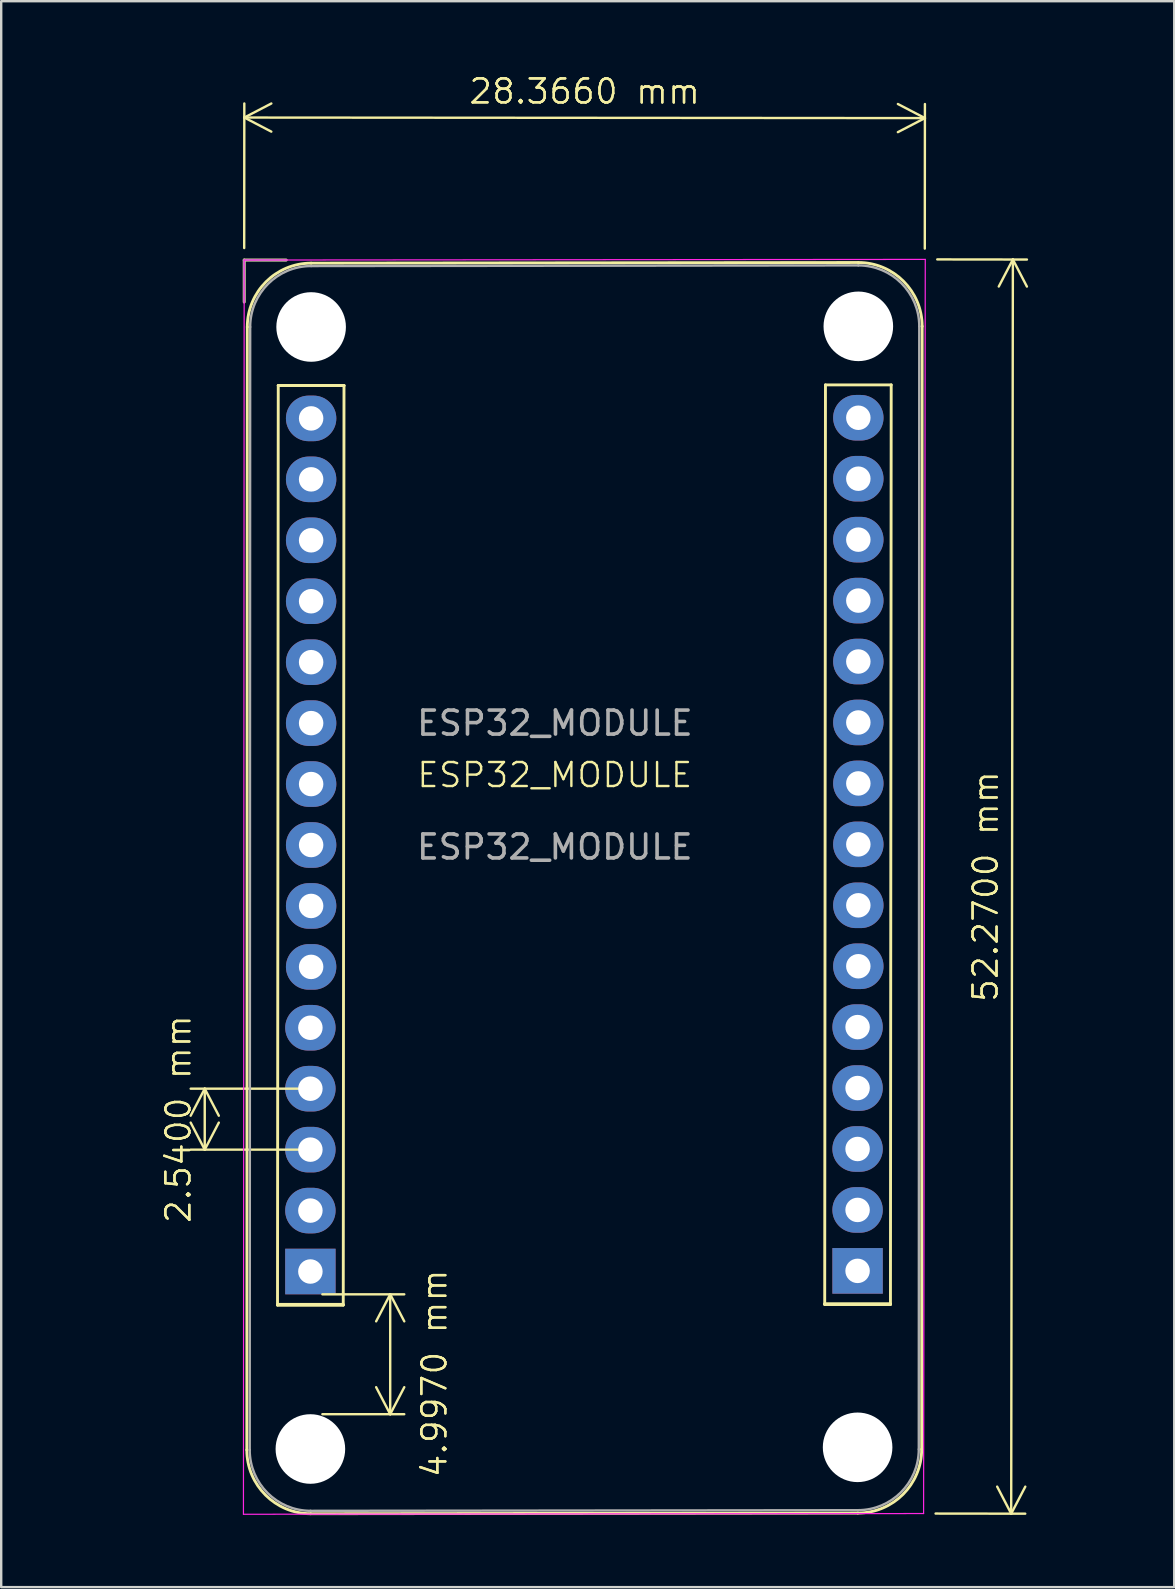
<source format=kicad_pcb>
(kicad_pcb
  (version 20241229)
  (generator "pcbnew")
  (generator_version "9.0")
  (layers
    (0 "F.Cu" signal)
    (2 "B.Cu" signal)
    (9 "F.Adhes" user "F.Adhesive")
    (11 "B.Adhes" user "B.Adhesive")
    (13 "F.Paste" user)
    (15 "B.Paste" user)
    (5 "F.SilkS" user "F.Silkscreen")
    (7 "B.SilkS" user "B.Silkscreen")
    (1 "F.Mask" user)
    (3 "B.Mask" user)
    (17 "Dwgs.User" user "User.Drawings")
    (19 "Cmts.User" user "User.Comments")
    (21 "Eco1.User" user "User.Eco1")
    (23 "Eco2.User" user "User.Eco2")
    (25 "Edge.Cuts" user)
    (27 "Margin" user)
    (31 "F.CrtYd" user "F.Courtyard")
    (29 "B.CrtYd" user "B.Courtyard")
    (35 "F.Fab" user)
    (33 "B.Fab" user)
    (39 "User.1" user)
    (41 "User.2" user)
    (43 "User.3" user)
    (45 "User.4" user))
  (footprint "ESP32_MODULE"
    (layer "F.Cu")
    (at 20.073 29.751)
    (property "Reference" "ESP32_MODULE" (at 0 -0.5 0) (unlocked yes) (layer "F.SilkS") (effects (font (size 1 1) (thickness 0.1))))
    (attr through_hole)
    (fp_line (start -12.946 -21.963) (end -11.196 -21.963) (stroke (width 0.12) (type solid)) (layer "F.SilkS"))
    (fp_line (start -12.946 -20.213) (end -12.946 -21.963) (stroke (width 0.12) (type solid)) (layer "F.SilkS"))
    (fp_line (start -12.816 -19.173) (end -12.836 27.627) (stroke (width 0.12) (type solid)) (layer "F.SilkS"))
    (fp_line (start -11.557 21.563) (end -8.817 21.563) (stroke (width 0.12) (type solid)) (layer "F.SilkS"))
    (fp_line (start -11.557 21.59) (end -8.817 21.59) (stroke (width 0.12) (type solid)) (layer "F.SilkS"))
    (fp_line (start -11.557 21.59) (end -8.817 21.59) (stroke (width 0.12) (type solid)) (layer "F.SilkS"))
    (fp_line (start -11.526 -16.733) (end -11.557 21.59) (stroke (width 0.12) (type solid)) (layer "F.SilkS"))
    (fp_line (start -10.156 -21.833) (end 12.65 -21.86) (stroke (width 0.12) (type solid)) (layer "F.SilkS"))
    (fp_line (start -8.817 21.59) (end -8.786 -16.733) (stroke (width 0.12) (type solid)) (layer "F.SilkS"))
    (fp_line (start -8.786 -16.733) (end -11.526 -16.733) (stroke (width 0.12) (type solid)) (layer "F.SilkS"))
    (fp_line (start -8.786 -16.733) (end -11.526 -16.733) (stroke (width 0.12) (type solid)) (layer "F.SilkS"))
    (fp_line (start 11.249 21.536) (end 13.989 21.536) (stroke (width 0.12) (type solid)) (layer "F.SilkS"))
    (fp_line (start 11.249 21.563) (end 13.989 21.563) (stroke (width 0.12) (type solid)) (layer "F.SilkS"))
    (fp_line (start 11.249 21.563) (end 13.989 21.563) (stroke (width 0.12) (type solid)) (layer "F.SilkS"))
    (fp_line (start 11.28 -16.76) (end 11.249 21.563) (stroke (width 0.12) (type solid)) (layer "F.SilkS"))
    (fp_line (start 12.63 30.26) (end -10.176 30.287) (stroke (width 0.12) (type solid)) (layer "F.SilkS"))
    (fp_line (start 13.989 21.563) (end 14.02 -16.76) (stroke (width 0.12) (type solid)) (layer "F.SilkS"))
    (fp_line (start 14.02 -16.76) (end 11.28 -16.76) (stroke (width 0.12) (type solid)) (layer "F.SilkS"))
    (fp_line (start 15.31 -19.2) (end 15.29 27.6) (stroke (width 0.12) (type solid)) (layer "F.SilkS"))
    (fp_arc (start -12.816 -19.173) (mid -12.036904 -21.053904) (end -10.156 -21.833) (stroke (width 0.12) (type solid)) (layer "F.SilkS"))
    (fp_arc (start -10.176 30.287) (mid -12.056904 29.507904) (end -12.836 27.627) (stroke (width 0.12) (type solid)) (layer "F.SilkS"))
    (fp_arc (start 12.65 -21.86) (mid 14.530904 -21.080904) (end 15.31 -19.2) (stroke (width 0.12) (type solid)) (layer "F.SilkS"))
    (fp_arc (start 15.29 27.6) (mid 14.510904 29.480904) (end 12.63 30.26) (stroke (width 0.12) (type solid)) (layer "F.SilkS"))
    (fp_line (start -12.977 30.31) (end 15.37 30.28) (stroke (width 0.05) (type solid)) (layer "F.CrtYd"))
    (fp_line (start -12.946 -21.963) (end -12.977 30.31) (stroke (width 0.05) (type solid)) (layer "F.CrtYd"))
    (fp_line (start 15.37 30.28) (end 15.44 -21.99) (stroke (width 0.05) (type solid)) (layer "F.CrtYd"))
    (fp_line (start 15.44 -21.99) (end -12.946 -21.963) (stroke (width 0.05) (type solid)) (layer "F.CrtYd"))
    (fp_line (start -12.946 -21.963) (end -11.196 -21.963) (stroke (width 0.1) (type solid)) (layer "F.Fab"))
    (fp_line (start -12.946 -20.213) (end -12.946 -21.963) (stroke (width 0.1) (type solid)) (layer "F.Fab"))
    (fp_line (start -12.696 -19.173) (end -12.716 27.627) (stroke (width 0.1) (type solid)) (layer "F.Fab"))
    (fp_line (start -10.156 -21.713) (end 12.65 -21.74) (stroke (width 0.1) (type solid)) (layer "F.Fab"))
    (fp_line (start 12.63 30.14) (end -10.176 30.167) (stroke (width 0.1) (type solid)) (layer "F.Fab"))
    (fp_line (start 15.19 -19.2) (end 15.17 27.6) (stroke (width 0.1) (type solid)) (layer "F.Fab"))
    (fp_arc (start -12.696 -19.173) (mid -11.952051 -20.969051) (end -10.156 -21.713) (stroke (width 0.1) (type solid)) (layer "F.Fab"))
    (fp_arc (start -10.176 30.167) (mid -11.972051 29.423051) (end -12.716 27.627) (stroke (width 0.1) (type solid)) (layer "F.Fab"))
    (fp_arc (start 12.65 -21.74) (mid 14.446051 -20.996051) (end 15.19 -19.2) (stroke (width 0.1) (type solid)) (layer "F.Fab"))
    (fp_arc (start 15.17 27.6) (mid 14.426051 29.396051) (end 12.63 30.14) (stroke (width 0.1) (type solid)) (layer "F.Fab"))
    (fp_text user "${REFERENCE}" (at 0 2.5 0) (unlocked yes) (layer "F.Fab") (effects (font (size 1 1) (thickness 0.15))))
    (fp_text user "${REFERENCE}" (at 0.004 -2.663 0) (layer "F.Fab") (effects (font (size 1 1) (thickness 0.15))))
    (dimension (type aligned) (layer "F.SilkS") (pts (xy 35.513 7.761) (xy 35.443 60.031)) (height -3.651) (format (prefix "") (suffix "") (units 3) (units_format 1) (precision 4)) (style (thickness 0.1) (arrow_length 1.27) (text_position_mode 0) (arrow_direction outward) (extension_height 0.586) (extension_offset 0.5) (keep_text_aligned yes)) (gr_text "52.2700 mm" (at 38.029 33.899 89.923) (layer "F.SilkS") (effects (font (size 1 1) (thickness 0.1)))))
    (dimension (type aligned) (layer "F.SilkS") (pts (xy 7.127 7.788) (xy 35.493 7.811)) (height -5.939) (format (prefix "") (suffix "") (units 3) (units_format 1) (precision 4)) (style (thickness 0.1) (arrow_length 1.27) (text_position_mode 0) (arrow_direction outward) (extension_height 0.586) (extension_offset 0.5) (keep_text_aligned yes)) (gr_text "28.3660 mm" (at 21.316 0.76 359.954) (layer "F.SilkS") (effects (font (size 1 1) (thickness 0.1)))))
    (dimension (type aligned) (layer "F.SilkS") (pts (xy 9.886 50.894) (xy 9.886 55.891)) (height -3.327) (format (prefix "") (suffix "") (units 3) (units_format 1) (precision 4)) (style (thickness 0.1) (arrow_length 1.27) (text_position_mode 2) (arrow_direction outward) (extension_height 0.586) (extension_offset 0.5) (keep_text_aligned yes)) (gr_text "4.9970 mm" (at 15.053 54.191 90) (layer "F.SilkS") (effects (font (size 1 1) (thickness 0.1)))))
    (dimension (type aligned) (layer "F.SilkS") (pts (xy 9.886 44.864) (xy 9.886 42.324)) (height -4.403) (format (prefix "") (suffix "") (units 3) (units_format 1) (precision 4)) (style (thickness 0.1) (arrow_length 1.27) (text_position_mode 0) (arrow_direction outward) (extension_height 0.586) (extension_offset 0.5) (keep_text_aligned yes)) (gr_text "2.5400 mm" (at 4.383 43.594 90) (layer "F.SilkS") (effects (font (size 1 1) (thickness 0.1)))))
    (pad "" np_thru_hole circle (at -10.187 27.59 180) (size 2.9 2.9) (drill 2.9) (layers "*.Cu" "*.Mask"))
    (pad "" np_thru_hole circle (at -10.156 -19.173) (size 2.9 2.9) (drill 2.9) (layers "*.Cu" "*.Mask"))
    (pad "" np_thru_hole circle (at 12.62 27.52 180) (size 2.9 2.9) (drill 2.9) (layers "*.Cu" "*.Mask"))
    (pad "" np_thru_hole circle (at 12.65 -19.2) (size 2.9 2.9) (drill 2.9) (layers "*.Cu" "*.Mask"))
    (pad "1" thru_hole rect (at -10.187 20.193 180) (size 2.1 1.9) (drill 1.02) (layers "*.Cu" "*.Mask"))
    (pad "2" thru_hole oval (at -10.187 17.653 180) (size 2.1 1.9) (drill 1.02) (layers "*.Cu" "*.Mask"))
    (pad "3" thru_hole oval (at -10.187 15.113 180) (size 2.1 1.9) (drill 1.02) (layers "*.Cu" "*.Mask"))
    (pad "4" thru_hole oval (at -10.187 12.573 180) (size 2.1 1.9) (drill 1.02) (layers "*.Cu" "*.Mask"))
    (pad "5" thru_hole oval (at -10.187 10.033 180) (size 2.1 1.9) (drill 1.02) (layers "*.Cu" "*.Mask"))
    (pad "6" thru_hole oval (at -10.156 7.497) (size 2.1 1.9) (drill 1.02) (layers "*.Cu" "*.Mask"))
    (pad "7" thru_hole oval (at -10.156 4.957) (size 2.1 1.9) (drill 1.02) (layers "*.Cu" "*.Mask"))
    (pad "8" thru_hole oval (at -10.156 2.417) (size 2.1 1.9) (drill 1.02) (layers "*.Cu" "*.Mask"))
    (pad "9" thru_hole oval (at -10.156 -0.123) (size 2.1 1.9) (drill 1.02) (layers "*.Cu" "*.Mask"))
    (pad "10" thru_hole oval (at -10.156 -2.663) (size 2.1 1.9) (drill 1.02) (layers "*.Cu" "*.Mask"))
    (pad "11" thru_hole oval (at -10.156 -5.203) (size 2.1 1.9) (drill 1.02) (layers "*.Cu" "*.Mask"))
    (pad "12" thru_hole oval (at -10.156 -7.743) (size 2.1 1.9) (drill 1.02) (layers "*.Cu" "*.Mask"))
    (pad "13" thru_hole oval (at -10.156 -10.283) (size 2.1 1.9) (drill 1.02) (layers "*.Cu" "*.Mask"))
    (pad "14" thru_hole oval (at -10.156 -12.823) (size 2.1 1.9) (drill 1.02) (layers "*.Cu" "*.Mask"))
    (pad "15" thru_hole oval (at -10.156 -15.363) (size 2.1 1.9) (drill 1.02) (layers "*.Cu" "*.Mask"))
    (pad "16" thru_hole oval (at 12.65 -15.39) (size 2.1 1.9) (drill 1.02) (layers "*.Cu" "*.Mask"))
    (pad "17" thru_hole oval (at 12.65 -12.85) (size 2.1 1.9) (drill 1.02) (layers "*.Cu" "*.Mask"))
    (pad "18" thru_hole oval (at 12.65 -10.31) (size 2.1 1.9) (drill 1.02) (layers "*.Cu" "*.Mask"))
    (pad "19" thru_hole oval (at 12.65 -7.77) (size 2.1 1.9) (drill 1.02) (layers "*.Cu" "*.Mask"))
    (pad "20" thru_hole oval (at 12.65 -5.23) (size 2.1 1.9) (drill 1.02) (layers "*.Cu" "*.Mask"))
    (pad "21" thru_hole oval (at 12.65 -2.69) (size 2.1 1.9) (drill 1.02) (layers "*.Cu" "*.Mask"))
    (pad "22" thru_hole oval (at 12.65 -0.15) (size 2.1 1.9) (drill 1.02) (layers "*.Cu" "*.Mask"))
    (pad "23" thru_hole oval (at 12.65 2.39) (size 2.1 1.9) (drill 1.02) (layers "*.Cu" "*.Mask"))
    (pad "24" thru_hole oval (at 12.65 4.93) (size 2.1 1.9) (drill 1.02) (layers "*.Cu" "*.Mask"))
    (pad "25" thru_hole oval (at 12.65 7.47) (size 2.1 1.9) (drill 1.02) (layers "*.Cu" "*.Mask"))
    (pad "26" thru_hole oval (at 12.619 10.006 180) (size 2.1 1.9) (drill 1.02) (layers "*.Cu" "*.Mask"))
    (pad "27" thru_hole oval (at 12.619 12.546 180) (size 2.1 1.9) (drill 1.02) (layers "*.Cu" "*.Mask"))
    (pad "28" thru_hole oval (at 12.619 15.086 180) (size 2.1 1.9) (drill 1.02) (layers "*.Cu" "*.Mask"))
    (pad "29" thru_hole oval (at 12.619 17.626 180) (size 2.1 1.9) (drill 1.02) (layers "*.Cu" "*.Mask"))
    (pad "30" thru_hole rect (at 12.619 20.166 180) (size 2.1 1.9) (drill 1.02) (layers "*.Cu" "*.Mask")))
  (gr_rect
    (start -3 -3)
    (end 45.889 63.098)
    (stroke (width 0.1) (type default))
    (fill no)
    (layer "Edge.Cuts")))
</source>
